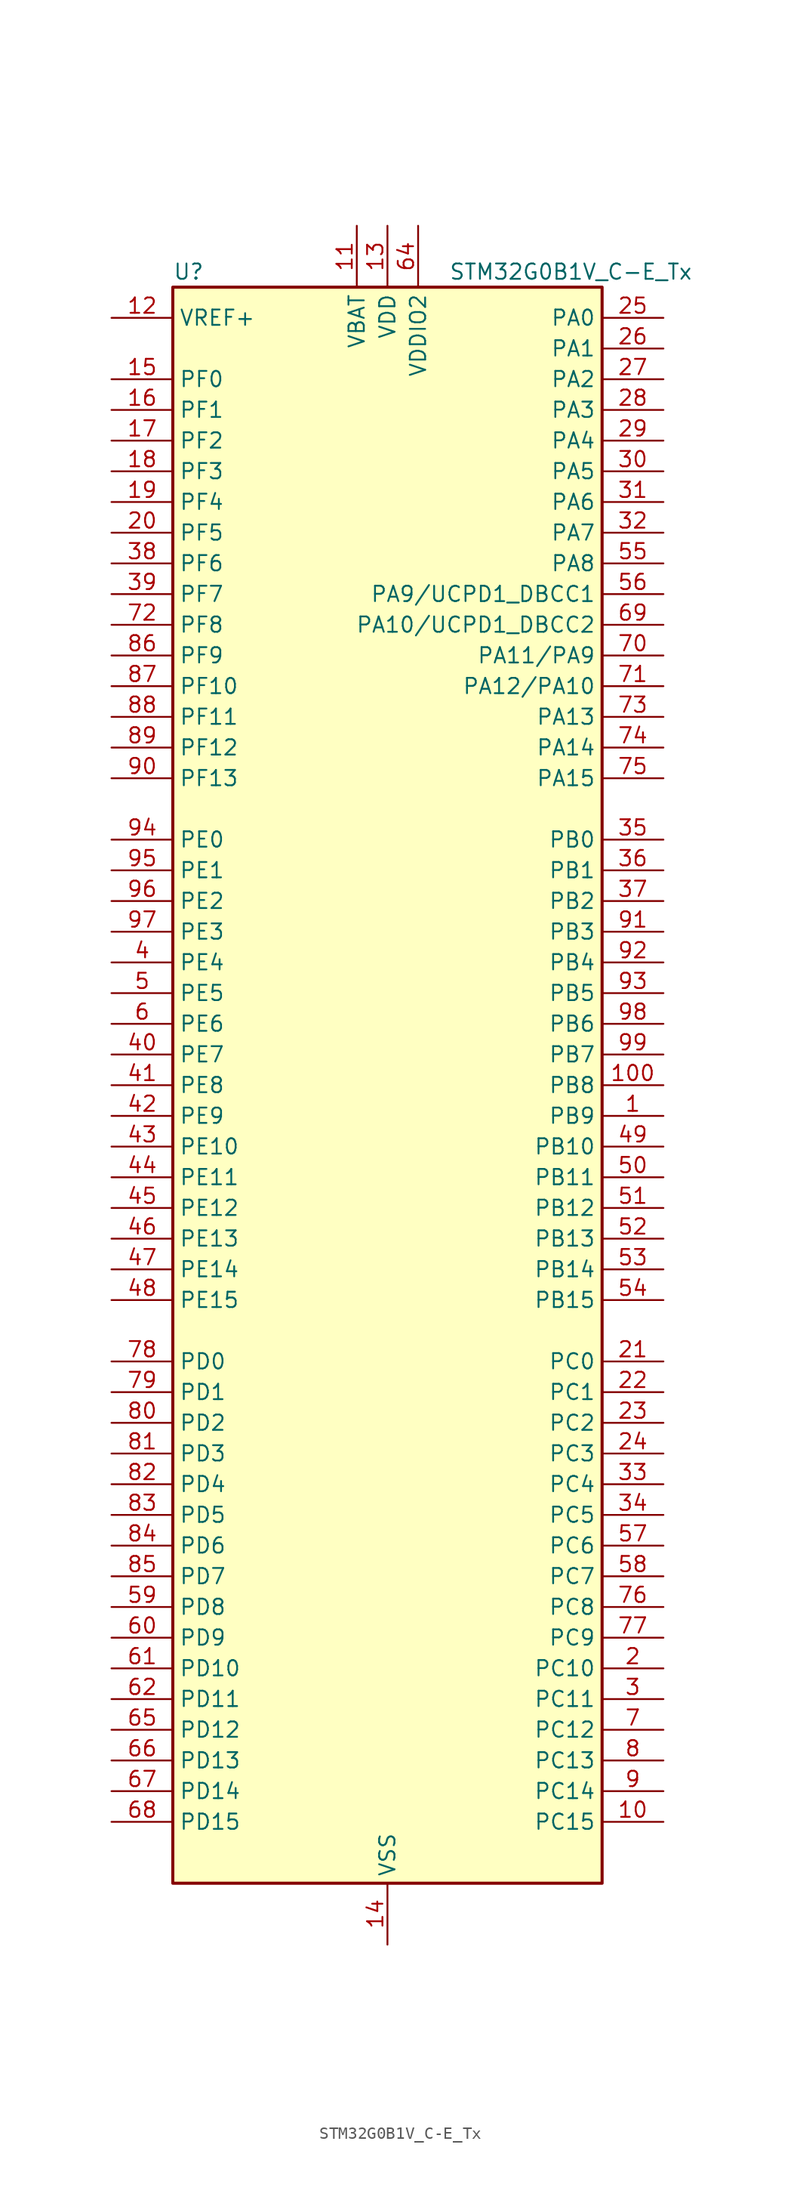
<source format=kicad_sym>
(kicad_symbol_lib
  (version 20211014)
  (generator kicad-library-utils)
  (symbol "STM32G0B1V_C-E_Tx"
    (property "Reference" "U"
      (at -17.78 67.31 0)
      (effects (font (size 1.27 1.27)) (justify left)))
    (property "Value" "STM32G0B1V_C-E_Tx"
      (at 5.08 67.31 0)
      (effects (font (size 1.27 1.27)) (justify left)))
    (property "ki_fp_filters" "LQFP*14x14mm*P0.5mm*"
      (at 0.0 0.0 0.0)
      (effects (font (size 1.27 1.27))))
    (symbol "STM32G0B1V_C-E_Tx_0_1"
      (rectangle (start -17.78 -66.04) (end 17.78 66.04) (stroke (width 0.254)) (fill (type background))))
    (symbol "STM32G0B1V_C-E_Tx_1_1"
      (pin input line (at -22.86 63.5 0) (length 5.08) (name "VREF+" (effects (font (size 1.27 1.27)))) (number "12" (effects (font (size 1.27 1.27)))) (alternate "VREFBUF_OUT" bidirectional line))
      (pin bidirectional line (at -22.86 58.42 0) (length 5.08) (name "PF0" (effects (font (size 1.27 1.27)))) (number "15" (effects (font (size 1.27 1.27)))) (alternate "CRS1_SYNC" bidirectional line) (alternate "RCC_OSC_IN" bidirectional line) (alternate "TIM14_CH1" bidirectional line))
      (pin bidirectional line (at -22.86 55.88 0) (length 5.08) (name "PF1" (effects (font (size 1.27 1.27)))) (number "16" (effects (font (size 1.27 1.27)))) (alternate "RCC_OSC_EN" bidirectional line) (alternate "RCC_OSC_OUT" bidirectional line) (alternate "TIM15_CH1N" bidirectional line))
      (pin bidirectional line (at -22.86 53.34 0) (length 5.08) (name "PF2" (effects (font (size 1.27 1.27)))) (number "17" (effects (font (size 1.27 1.27)))) (alternate "LPUART2_DE" bidirectional line) (alternate "LPUART2_RTS" bidirectional line) (alternate "LPUART2_TX" bidirectional line) (alternate "RCC_MCO" bidirectional line))
      (pin bidirectional line (at -22.86 50.8 0) (length 5.08) (name "PF3" (effects (font (size 1.27 1.27)))) (number "18" (effects (font (size 1.27 1.27)))) (alternate "LPUART2_RX" bidirectional line) (alternate "USART6_CK" bidirectional line) (alternate "USART6_DE" bidirectional line) (alternate "USART6_RTS" bidirectional line))
      (pin bidirectional line (at -22.86 48.26 0) (length 5.08) (name "PF4" (effects (font (size 1.27 1.27)))) (number "19" (effects (font (size 1.27 1.27)))) (alternate "LPUART1_TX" bidirectional line))
      (pin bidirectional line (at -22.86 45.72 0) (length 5.08) (name "PF5" (effects (font (size 1.27 1.27)))) (number "20" (effects (font (size 1.27 1.27)))) (alternate "LPUART1_RX" bidirectional line))
      (pin bidirectional line (at -22.86 43.18 0) (length 5.08) (name "PF6" (effects (font (size 1.27 1.27)))) (number "38" (effects (font (size 1.27 1.27)))) (alternate "LPUART1_DE" bidirectional line) (alternate "LPUART1_RTS" bidirectional line))
      (pin bidirectional line (at -22.86 40.64 0) (length 5.08) (name "PF7" (effects (font (size 1.27 1.27)))) (number "39" (effects (font (size 1.27 1.27)))) (alternate "LPUART1_CTS" bidirectional line) (alternate "USART5_CTS" bidirectional line) (alternate "USART5_NSS" bidirectional line))
      (pin bidirectional line (at -22.86 38.1 0) (length 5.08) (name "PF8" (effects (font (size 1.27 1.27)))) (number "72" (effects (font (size 1.27 1.27)))))
      (pin bidirectional line (at -22.86 35.56 0) (length 5.08) (name "PF9" (effects (font (size 1.27 1.27)))) (number "86" (effects (font (size 1.27 1.27)))) (alternate "DAC1_EXTI9" bidirectional line) (alternate "USART6_TX" bidirectional line))
      (pin bidirectional line (at -22.86 33.02 0) (length 5.08) (name "PF10" (effects (font (size 1.27 1.27)))) (number "87" (effects (font (size 1.27 1.27)))) (alternate "USART6_RX" bidirectional line))
      (pin bidirectional line (at -22.86 30.48 0) (length 5.08) (name "PF11" (effects (font (size 1.27 1.27)))) (number "88" (effects (font (size 1.27 1.27)))) (alternate "ADC1_EXTI11" bidirectional line) (alternate "USART6_CK" bidirectional line) (alternate "USART6_DE" bidirectional line) (alternate "USART6_RTS" bidirectional line))
      (pin bidirectional line (at -22.86 27.94 0) (length 5.08) (name "PF12" (effects (font (size 1.27 1.27)))) (number "89" (effects (font (size 1.27 1.27)))) (alternate "TIM15_CH1" bidirectional line) (alternate "USART6_CTS" bidirectional line) (alternate "USART6_NSS" bidirectional line))
      (pin bidirectional line (at -22.86 25.4 0) (length 5.08) (name "PF13" (effects (font (size 1.27 1.27)))) (number "90" (effects (font (size 1.27 1.27)))) (alternate "TIM15_CH2" bidirectional line))
      (pin bidirectional line (at -22.86 20.32 0) (length 5.08) (name "PE0" (effects (font (size 1.27 1.27)))) (number "94" (effects (font (size 1.27 1.27)))) (alternate "TIM16_CH1" bidirectional line) (alternate "TIM4_ETR" bidirectional line))
      (pin bidirectional line (at -22.86 17.78 0) (length 5.08) (name "PE1" (effects (font (size 1.27 1.27)))) (number "95" (effects (font (size 1.27 1.27)))) (alternate "TIM17_CH1" bidirectional line))
      (pin bidirectional line (at -22.86 15.24 0) (length 5.08) (name "PE2" (effects (font (size 1.27 1.27)))) (number "96" (effects (font (size 1.27 1.27)))) (alternate "TIM3_ETR" bidirectional line))
      (pin bidirectional line (at -22.86 12.7 0) (length 5.08) (name "PE3" (effects (font (size 1.27 1.27)))) (number "97" (effects (font (size 1.27 1.27)))) (alternate "TIM3_CH1" bidirectional line))
      (pin bidirectional line (at -22.86 10.16 0) (length 5.08) (name "PE4" (effects (font (size 1.27 1.27)))) (number "4" (effects (font (size 1.27 1.27)))) (alternate "TIM3_CH2" bidirectional line))
      (pin bidirectional line (at -22.86 7.62 0) (length 5.08) (name "PE5" (effects (font (size 1.27 1.27)))) (number "5" (effects (font (size 1.27 1.27)))) (alternate "TIM3_CH3" bidirectional line))
      (pin bidirectional line (at -22.86 5.08 0) (length 5.08) (name "PE6" (effects (font (size 1.27 1.27)))) (number "6" (effects (font (size 1.27 1.27)))) (alternate "RTC_TAMP_IN3" bidirectional line) (alternate "SYS_WKUP3" bidirectional line) (alternate "TIM3_CH4" bidirectional line))
      (pin bidirectional line (at -22.86 2.54 0) (length 5.08) (name "PE7" (effects (font (size 1.27 1.27)))) (number "40" (effects (font (size 1.27 1.27)))) (alternate "COMP3_INP" bidirectional line) (alternate "TIM1_ETR" bidirectional line) (alternate "USART5_CK" bidirectional line) (alternate "USART5_DE" bidirectional line) (alternate "USART5_RTS" bidirectional line))
      (pin bidirectional line (at -22.86 0.0 0) (length 5.08) (name "PE8" (effects (font (size 1.27 1.27)))) (number "41" (effects (font (size 1.27 1.27)))) (alternate "COMP3_INM" bidirectional line) (alternate "TIM1_CH1N" bidirectional line) (alternate "USART4_TX" bidirectional line))
      (pin bidirectional line (at -22.86 -2.54 0) (length 5.08) (name "PE9" (effects (font (size 1.27 1.27)))) (number "42" (effects (font (size 1.27 1.27)))) (alternate "DAC1_EXTI9" bidirectional line) (alternate "TIM1_CH1" bidirectional line) (alternate "USART4_RX" bidirectional line))
      (pin bidirectional line (at -22.86 -5.08 0) (length 5.08) (name "PE10" (effects (font (size 1.27 1.27)))) (number "43" (effects (font (size 1.27 1.27)))) (alternate "TIM1_CH2N" bidirectional line) (alternate "USART5_TX" bidirectional line))
      (pin bidirectional line (at -22.86 -7.62 0) (length 5.08) (name "PE11" (effects (font (size 1.27 1.27)))) (number "44" (effects (font (size 1.27 1.27)))) (alternate "ADC1_EXTI11" bidirectional line) (alternate "TIM1_CH2" bidirectional line) (alternate "USART5_RX" bidirectional line))
      (pin bidirectional line (at -22.86 -10.16 0) (length 5.08) (name "PE12" (effects (font (size 1.27 1.27)))) (number "45" (effects (font (size 1.27 1.27)))) (alternate "I2S1_WS" bidirectional line) (alternate "SPI1_NSS" bidirectional line) (alternate "TIM1_CH3N" bidirectional line))
      (pin bidirectional line (at -22.86 -12.7 0) (length 5.08) (name "PE13" (effects (font (size 1.27 1.27)))) (number "46" (effects (font (size 1.27 1.27)))) (alternate "I2S1_CK" bidirectional line) (alternate "SPI1_SCK" bidirectional line) (alternate "TIM1_CH3" bidirectional line))
      (pin bidirectional line (at -22.86 -15.24 0) (length 5.08) (name "PE14" (effects (font (size 1.27 1.27)))) (number "47" (effects (font (size 1.27 1.27)))) (alternate "I2S1_MCK" bidirectional line) (alternate "SPI1_MISO" bidirectional line) (alternate "TIM1_BK2" bidirectional line) (alternate "TIM1_CH4" bidirectional line))
      (pin bidirectional line (at -22.86 -17.78 0) (length 5.08) (name "PE15" (effects (font (size 1.27 1.27)))) (number "48" (effects (font (size 1.27 1.27)))) (alternate "I2S1_SD" bidirectional line) (alternate "SPI1_MOSI" bidirectional line) (alternate "TIM1_BK" bidirectional line))
      (pin bidirectional line (at -22.86 -22.86 0) (length 5.08) (name "PD0" (effects (font (size 1.27 1.27)))) (number "78" (effects (font (size 1.27 1.27)))) (alternate "FDCAN1_RX" bidirectional line) (alternate "I2S2_WS" bidirectional line) (alternate "SPI2_NSS" bidirectional line) (alternate "TIM16_CH1" bidirectional line) (alternate "UCPD2_CC1" bidirectional line))
      (pin bidirectional line (at -22.86 -25.4 0) (length 5.08) (name "PD1" (effects (font (size 1.27 1.27)))) (number "79" (effects (font (size 1.27 1.27)))) (alternate "FDCAN1_TX" bidirectional line) (alternate "I2S2_CK" bidirectional line) (alternate "SPI2_SCK" bidirectional line) (alternate "TIM17_CH1" bidirectional line) (alternate "UCPD2_DBCC1" bidirectional line))
      (pin bidirectional line (at -22.86 -27.94 0) (length 5.08) (name "PD2" (effects (font (size 1.27 1.27)))) (number "80" (effects (font (size 1.27 1.27)))) (alternate "TIM1_CH1N" bidirectional line) (alternate "TIM3_ETR" bidirectional line) (alternate "UCPD2_CC2" bidirectional line) (alternate "USART3_CK" bidirectional line) (alternate "USART3_DE" bidirectional line) (alternate "USART3_RTS" bidirectional line) (alternate "USART5_RX" bidirectional line))
      (pin bidirectional line (at -22.86 -30.48 0) (length 5.08) (name "PD3" (effects (font (size 1.27 1.27)))) (number "81" (effects (font (size 1.27 1.27)))) (alternate "I2S2_MCK" bidirectional line) (alternate "SPI2_MISO" bidirectional line) (alternate "TIM1_CH2N" bidirectional line) (alternate "UCPD2_DBCC2" bidirectional line) (alternate "USART2_CTS" bidirectional line) (alternate "USART2_NSS" bidirectional line) (alternate "USART5_TX" bidirectional line))
      (pin bidirectional line (at -22.86 -33.02 0) (length 5.08) (name "PD4" (effects (font (size 1.27 1.27)))) (number "82" (effects (font (size 1.27 1.27)))) (alternate "I2S2_SD" bidirectional line) (alternate "SPI2_MOSI" bidirectional line) (alternate "TIM1_CH3N" bidirectional line) (alternate "USART2_CK" bidirectional line) (alternate "USART2_DE" bidirectional line) (alternate "USART2_RTS" bidirectional line) (alternate "USART5_CK" bidirectional line) (alternate "USART5_DE" bidirectional line) (alternate "USART5_RTS" bidirectional line))
      (pin bidirectional line (at -22.86 -35.56 0) (length 5.08) (name "PD5" (effects (font (size 1.27 1.27)))) (number "83" (effects (font (size 1.27 1.27)))) (alternate "I2S1_MCK" bidirectional line) (alternate "SPI1_MISO" bidirectional line) (alternate "TIM1_BK" bidirectional line) (alternate "USART2_TX" bidirectional line) (alternate "USART5_CTS" bidirectional line) (alternate "USART5_NSS" bidirectional line))
      (pin bidirectional line (at -22.86 -38.1 0) (length 5.08) (name "PD6" (effects (font (size 1.27 1.27)))) (number "84" (effects (font (size 1.27 1.27)))) (alternate "I2S1_SD" bidirectional line) (alternate "LPTIM2_OUT" bidirectional line) (alternate "SPI1_MOSI" bidirectional line) (alternate "USART2_RX" bidirectional line))
      (pin bidirectional line (at -22.86 -40.64 0) (length 5.08) (name "PD7" (effects (font (size 1.27 1.27)))) (number "85" (effects (font (size 1.27 1.27)))) (alternate "RCC_MCO_2" bidirectional line))
      (pin bidirectional line (at -22.86 -43.18 0) (length 5.08) (name "PD8" (effects (font (size 1.27 1.27)))) (number "59" (effects (font (size 1.27 1.27)))) (alternate "I2S1_CK" bidirectional line) (alternate "LPTIM1_OUT" bidirectional line) (alternate "SPI1_SCK" bidirectional line) (alternate "USART3_TX" bidirectional line))
      (pin bidirectional line (at -22.86 -45.72 0) (length 5.08) (name "PD9" (effects (font (size 1.27 1.27)))) (number "60" (effects (font (size 1.27 1.27)))) (alternate "DAC1_EXTI9" bidirectional line) (alternate "I2S1_WS" bidirectional line) (alternate "SPI1_NSS" bidirectional line) (alternate "TIM1_BK2" bidirectional line) (alternate "USART3_RX" bidirectional line))
      (pin bidirectional line (at -22.86 -48.26 0) (length 5.08) (name "PD10" (effects (font (size 1.27 1.27)))) (number "61" (effects (font (size 1.27 1.27)))) (alternate "RCC_MCO" bidirectional line))
      (pin bidirectional line (at -22.86 -50.8 0) (length 5.08) (name "PD11" (effects (font (size 1.27 1.27)))) (number "62" (effects (font (size 1.27 1.27)))) (alternate "ADC1_EXTI11" bidirectional line) (alternate "LPTIM2_ETR" bidirectional line) (alternate "USART3_CTS" bidirectional line) (alternate "USART3_NSS" bidirectional line))
      (pin bidirectional line (at -22.86 -53.34 0) (length 5.08) (name "PD12" (effects (font (size 1.27 1.27)))) (number "65" (effects (font (size 1.27 1.27)))) (alternate "FDCAN1_RX" bidirectional line) (alternate "LPTIM2_IN1" bidirectional line) (alternate "TIM4_CH1" bidirectional line) (alternate "USART3_CK" bidirectional line) (alternate "USART3_DE" bidirectional line) (alternate "USART3_RTS" bidirectional line))
      (pin bidirectional line (at -22.86 -55.88 0) (length 5.08) (name "PD13" (effects (font (size 1.27 1.27)))) (number "66" (effects (font (size 1.27 1.27)))) (alternate "FDCAN1_TX" bidirectional line) (alternate "LPTIM2_OUT" bidirectional line) (alternate "TIM4_CH2" bidirectional line))
      (pin bidirectional line (at -22.86 -58.42 0) (length 5.08) (name "PD14" (effects (font (size 1.27 1.27)))) (number "67" (effects (font (size 1.27 1.27)))) (alternate "FDCAN2_RX" bidirectional line) (alternate "LPUART2_CTS" bidirectional line) (alternate "TIM4_CH3" bidirectional line))
      (pin bidirectional line (at -22.86 -60.96 0) (length 5.08) (name "PD15" (effects (font (size 1.27 1.27)))) (number "68" (effects (font (size 1.27 1.27)))) (alternate "CRS1_SYNC" bidirectional line) (alternate "FDCAN2_TX" bidirectional line) (alternate "LPUART2_DE" bidirectional line) (alternate "LPUART2_RTS" bidirectional line) (alternate "TIM4_CH4" bidirectional line))
      (pin bidirectional line (at 22.86 63.5 180) (length 5.08) (name "PA0" (effects (font (size 1.27 1.27)))) (number "25" (effects (font (size 1.27 1.27)))) (alternate "ADC1_IN0" bidirectional line) (alternate "COMP1_INM" bidirectional line) (alternate "COMP1_OUT" bidirectional line) (alternate "I2S2_CK" bidirectional line) (alternate "LPTIM1_OUT" bidirectional line) (alternate "RTC_TAMP_IN2" bidirectional line) (alternate "SPI2_SCK" bidirectional line) (alternate "SYS_WKUP1" bidirectional line) (alternate "TIM2_CH1" bidirectional line) (alternate "TIM2_ETR" bidirectional line) (alternate "UCPD2_FRSTX1" bidirectional line) (alternate "UCPD2_FRSTX2" bidirectional line) (alternate "USART2_CTS" bidirectional line) (alternate "USART2_NSS" bidirectional line) (alternate "USART4_TX" bidirectional line))
      (pin bidirectional line (at 22.86 60.96 180) (length 5.08) (name "PA1" (effects (font (size 1.27 1.27)))) (number "26" (effects (font (size 1.27 1.27)))) (alternate "ADC1_IN1" bidirectional line) (alternate "COMP1_INP" bidirectional line) (alternate "I2C1_SMBA" bidirectional line) (alternate "I2S1_CK" bidirectional line) (alternate "SPI1_SCK" bidirectional line) (alternate "TIM15_CH1N" bidirectional line) (alternate "TIM2_CH2" bidirectional line) (alternate "USART2_CK" bidirectional line) (alternate "USART2_DE" bidirectional line) (alternate "USART2_RTS" bidirectional line) (alternate "USART4_RX" bidirectional line))
      (pin bidirectional line (at 22.86 58.42 180) (length 5.08) (name "PA2" (effects (font (size 1.27 1.27)))) (number "27" (effects (font (size 1.27 1.27)))) (alternate "ADC1_IN2" bidirectional line) (alternate "COMP2_INM" bidirectional line) (alternate "COMP2_OUT" bidirectional line) (alternate "I2S1_SD" bidirectional line) (alternate "LPUART1_TX" bidirectional line) (alternate "RCC_LSCO" bidirectional line) (alternate "SPI1_MOSI" bidirectional line) (alternate "SYS_WKUP4" bidirectional line) (alternate "TIM15_CH1" bidirectional line) (alternate "TIM2_CH3" bidirectional line) (alternate "UCPD1_FRSTX1" bidirectional line) (alternate "UCPD1_FRSTX2" bidirectional line) (alternate "USART2_TX" bidirectional line))
      (pin bidirectional line (at 22.86 55.88 180) (length 5.08) (name "PA3" (effects (font (size 1.27 1.27)))) (number "28" (effects (font (size 1.27 1.27)))) (alternate "ADC1_IN3" bidirectional line) (alternate "COMP2_INP" bidirectional line) (alternate "I2S2_MCK" bidirectional line) (alternate "LPUART1_RX" bidirectional line) (alternate "SPI2_MISO" bidirectional line) (alternate "TIM15_CH2" bidirectional line) (alternate "TIM2_CH4" bidirectional line) (alternate "UCPD2_FRSTX1" bidirectional line) (alternate "UCPD2_FRSTX2" bidirectional line) (alternate "USART2_RX" bidirectional line))
      (pin bidirectional line (at 22.86 53.34 180) (length 5.08) (name "PA4" (effects (font (size 1.27 1.27)))) (number "29" (effects (font (size 1.27 1.27)))) (alternate "ADC1_IN4" bidirectional line) (alternate "DAC1_OUT1" bidirectional line) (alternate "I2S1_WS" bidirectional line) (alternate "I2S2_SD" bidirectional line) (alternate "LPTIM2_OUT" bidirectional line) (alternate "RTC_OUT2" bidirectional line) (alternate "SPI1_NSS" bidirectional line) (alternate "SPI2_MOSI" bidirectional line) (alternate "SPI3_NSS" bidirectional line) (alternate "TIM14_CH1" bidirectional line) (alternate "UCPD2_FRSTX1" bidirectional line) (alternate "UCPD2_FRSTX2" bidirectional line) (alternate "USART6_TX" bidirectional line) (alternate "USB_NOE" bidirectional line))
      (pin bidirectional line (at 22.86 50.8 180) (length 5.08) (name "PA5" (effects (font (size 1.27 1.27)))) (number "30" (effects (font (size 1.27 1.27)))) (alternate "ADC1_IN5" bidirectional line) (alternate "CEC" bidirectional line) (alternate "DAC1_OUT2" bidirectional line) (alternate "I2S1_CK" bidirectional line) (alternate "LPTIM2_ETR" bidirectional line) (alternate "SPI1_SCK" bidirectional line) (alternate "TIM2_CH1" bidirectional line) (alternate "TIM2_ETR" bidirectional line) (alternate "UCPD1_FRSTX1" bidirectional line) (alternate "UCPD1_FRSTX2" bidirectional line) (alternate "USART3_TX" bidirectional line) (alternate "USART6_RX" bidirectional line))
      (pin bidirectional line (at 22.86 48.26 180) (length 5.08) (name "PA6" (effects (font (size 1.27 1.27)))) (number "31" (effects (font (size 1.27 1.27)))) (alternate "ADC1_IN6" bidirectional line) (alternate "COMP1_OUT" bidirectional line) (alternate "I2C2_SDA" bidirectional line) (alternate "I2C3_SDA" bidirectional line) (alternate "I2S1_MCK" bidirectional line) (alternate "LPUART1_CTS" bidirectional line) (alternate "SPI1_MISO" bidirectional line) (alternate "TIM16_CH1" bidirectional line) (alternate "TIM1_BK" bidirectional line) (alternate "TIM3_CH1" bidirectional line) (alternate "USART3_CTS" bidirectional line) (alternate "USART3_NSS" bidirectional line) (alternate "USART6_CTS" bidirectional line) (alternate "USART6_NSS" bidirectional line))
      (pin bidirectional line (at 22.86 45.72 180) (length 5.08) (name "PA7" (effects (font (size 1.27 1.27)))) (number "32" (effects (font (size 1.27 1.27)))) (alternate "ADC1_IN7" bidirectional line) (alternate "COMP2_OUT" bidirectional line) (alternate "I2C2_SCL" bidirectional line) (alternate "I2C3_SCL" bidirectional line) (alternate "I2S1_SD" bidirectional line) (alternate "SPI1_MOSI" bidirectional line) (alternate "TIM14_CH1" bidirectional line) (alternate "TIM17_CH1" bidirectional line) (alternate "TIM1_CH1N" bidirectional line) (alternate "TIM3_CH2" bidirectional line) (alternate "UCPD1_FRSTX1" bidirectional line) (alternate "UCPD1_FRSTX2" bidirectional line) (alternate "USART6_CK" bidirectional line) (alternate "USART6_DE" bidirectional line) (alternate "USART6_RTS" bidirectional line))
      (pin bidirectional line (at 22.86 43.18 180) (length 5.08) (name "PA8" (effects (font (size 1.27 1.27)))) (number "55" (effects (font (size 1.27 1.27)))) (alternate "CRS1_SYNC" bidirectional line) (alternate "I2C2_SMBA" bidirectional line) (alternate "I2S2_WS" bidirectional line) (alternate "LPTIM2_OUT" bidirectional line) (alternate "RCC_MCO" bidirectional line) (alternate "SPI2_NSS" bidirectional line) (alternate "TIM1_CH1" bidirectional line) (alternate "UCPD1_CC1" bidirectional line))
      (pin bidirectional line (at 22.86 40.64 180) (length 5.08) (name "PA9/UCPD1_DBCC1" (effects (font (size 1.27 1.27)))) (number "56" (effects (font (size 1.27 1.27)))) (alternate "DAC1_EXTI9" bidirectional line) (alternate "I2C1_SCL" bidirectional line) (alternate "I2C2_SCL" bidirectional line) (alternate "I2S2_MCK" bidirectional line) (alternate "RCC_MCO" bidirectional line) (alternate "SPI2_MISO" bidirectional line) (alternate "TIM15_BK" bidirectional line) (alternate "TIM1_CH2" bidirectional line) (alternate "UCPD1_DBCC1" bidirectional line) (alternate "USART1_TX" bidirectional line))
      (pin bidirectional line (at 22.86 38.1 180) (length 5.08) (name "PA10/UCPD1_DBCC2" (effects (font (size 1.27 1.27)))) (number "69" (effects (font (size 1.27 1.27)))) (alternate "I2C1_SDA" bidirectional line) (alternate "I2C2_SDA" bidirectional line) (alternate "I2S2_SD" bidirectional line) (alternate "RCC_MCO_2" bidirectional line) (alternate "SPI2_MOSI" bidirectional line) (alternate "TIM17_BK" bidirectional line) (alternate "TIM1_CH3" bidirectional line) (alternate "UCPD1_DBCC2" bidirectional line) (alternate "USART1_RX" bidirectional line))
      (pin bidirectional line (at 22.86 35.56 180) (length 5.08) (name "PA11/PA9" (effects (font (size 1.27 1.27)))) (number "70" (effects (font (size 1.27 1.27)))) (alternate "ADC1_EXTI11" bidirectional line) (alternate "COMP1_OUT" bidirectional line) (alternate "FDCAN1_RX" bidirectional line) (alternate "I2C2_SCL" bidirectional line) (alternate "I2S1_MCK" bidirectional line) (alternate "SPI1_MISO" bidirectional line) (alternate "TIM1_BK2" bidirectional line) (alternate "TIM1_CH4" bidirectional line) (alternate "USART1_CTS" bidirectional line) (alternate "USART1_NSS" bidirectional line) (alternate "USB_DM" bidirectional line))
      (pin bidirectional line (at 22.86 33.02 180) (length 5.08) (name "PA12/PA10" (effects (font (size 1.27 1.27)))) (number "71" (effects (font (size 1.27 1.27)))) (alternate "COMP2_OUT" bidirectional line) (alternate "FDCAN1_TX" bidirectional line) (alternate "I2C2_SDA" bidirectional line) (alternate "I2S1_SD" bidirectional line) (alternate "I2S_CKIN" bidirectional line) (alternate "SPI1_MOSI" bidirectional line) (alternate "TIM1_ETR" bidirectional line) (alternate "USART1_CK" bidirectional line) (alternate "USART1_DE" bidirectional line) (alternate "USART1_RTS" bidirectional line) (alternate "USB_DP" bidirectional line))
      (pin bidirectional line (at 22.86 30.48 180) (length 5.08) (name "PA13" (effects (font (size 1.27 1.27)))) (number "73" (effects (font (size 1.27 1.27)))) (alternate "IR_OUT" bidirectional line) (alternate "LPUART2_RX" bidirectional line) (alternate "SYS_SWDIO" bidirectional line) (alternate "USB_NOE" bidirectional line))
      (pin bidirectional line (at 22.86 27.94 180) (length 5.08) (name "PA14" (effects (font (size 1.27 1.27)))) (number "74" (effects (font (size 1.27 1.27)))) (alternate "LPUART2_TX" bidirectional line) (alternate "SYS_SWCLK" bidirectional line) (alternate "USART2_TX" bidirectional line))
      (pin bidirectional line (at 22.86 25.4 180) (length 5.08) (name "PA15" (effects (font (size 1.27 1.27)))) (number "75" (effects (font (size 1.27 1.27)))) (alternate "I2C2_SMBA" bidirectional line) (alternate "I2S1_WS" bidirectional line) (alternate "RCC_MCO_2" bidirectional line) (alternate "SPI1_NSS" bidirectional line) (alternate "SPI3_NSS" bidirectional line) (alternate "TIM2_CH1" bidirectional line) (alternate "TIM2_ETR" bidirectional line) (alternate "USART2_RX" bidirectional line) (alternate "USART3_CK" bidirectional line) (alternate "USART3_DE" bidirectional line) (alternate "USART3_RTS" bidirectional line) (alternate "USART4_CK" bidirectional line) (alternate "USART4_DE" bidirectional line) (alternate "USART4_RTS" bidirectional line) (alternate "USB_NOE" bidirectional line))
      (pin bidirectional line (at 22.86 20.32 180) (length 5.08) (name "PB0" (effects (font (size 1.27 1.27)))) (number "35" (effects (font (size 1.27 1.27)))) (alternate "ADC1_IN8" bidirectional line) (alternate "COMP1_OUT" bidirectional line) (alternate "COMP3_INP" bidirectional line) (alternate "FDCAN2_RX" bidirectional line) (alternate "I2S1_WS" bidirectional line) (alternate "LPTIM1_OUT" bidirectional line) (alternate "LPUART2_CTS" bidirectional line) (alternate "SPI1_NSS" bidirectional line) (alternate "TIM1_CH2N" bidirectional line) (alternate "TIM3_CH3" bidirectional line) (alternate "UCPD1_FRSTX1" bidirectional line) (alternate "UCPD1_FRSTX2" bidirectional line) (alternate "USART3_RX" bidirectional line) (alternate "USART5_TX" bidirectional line))
      (pin bidirectional line (at 22.86 17.78 180) (length 5.08) (name "PB1" (effects (font (size 1.27 1.27)))) (number "36" (effects (font (size 1.27 1.27)))) (alternate "ADC1_IN9" bidirectional line) (alternate "COMP1_INM" bidirectional line) (alternate "COMP3_OUT" bidirectional line) (alternate "FDCAN2_TX" bidirectional line) (alternate "LPTIM2_IN1" bidirectional line) (alternate "LPUART1_DE" bidirectional line) (alternate "LPUART1_RTS" bidirectional line) (alternate "LPUART2_DE" bidirectional line) (alternate "LPUART2_RTS" bidirectional line) (alternate "TIM14_CH1" bidirectional line) (alternate "TIM1_CH3N" bidirectional line) (alternate "TIM3_CH4" bidirectional line) (alternate "USART3_CK" bidirectional line) (alternate "USART3_DE" bidirectional line) (alternate "USART3_RTS" bidirectional line) (alternate "USART5_RX" bidirectional line))
      (pin bidirectional line (at 22.86 15.24 180) (length 5.08) (name "PB2" (effects (font (size 1.27 1.27)))) (number "37" (effects (font (size 1.27 1.27)))) (alternate "ADC1_IN10" bidirectional line) (alternate "COMP1_INP" bidirectional line) (alternate "COMP3_INM" bidirectional line) (alternate "I2S2_MCK" bidirectional line) (alternate "LPTIM1_OUT" bidirectional line) (alternate "RCC_MCO_2" bidirectional line) (alternate "SPI2_MISO" bidirectional line) (alternate "USART3_TX" bidirectional line))
      (pin bidirectional line (at 22.86 12.7 180) (length 5.08) (name "PB3" (effects (font (size 1.27 1.27)))) (number "91" (effects (font (size 1.27 1.27)))) (alternate "COMP2_INM" bidirectional line) (alternate "I2C2_SCL" bidirectional line) (alternate "I2C3_SCL" bidirectional line) (alternate "I2S1_CK" bidirectional line) (alternate "SPI1_SCK" bidirectional line) (alternate "SPI3_SCK" bidirectional line) (alternate "TIM1_CH2" bidirectional line) (alternate "TIM2_CH2" bidirectional line) (alternate "USART1_CK" bidirectional line) (alternate "USART1_DE" bidirectional line) (alternate "USART1_RTS" bidirectional line) (alternate "USART5_TX" bidirectional line))
      (pin bidirectional line (at 22.86 10.16 180) (length 5.08) (name "PB4" (effects (font (size 1.27 1.27)))) (number "92" (effects (font (size 1.27 1.27)))) (alternate "COMP2_INP" bidirectional line) (alternate "I2C2_SDA" bidirectional line) (alternate "I2C3_SDA" bidirectional line) (alternate "I2S1_MCK" bidirectional line) (alternate "SPI1_MISO" bidirectional line) (alternate "SPI3_MISO" bidirectional line) (alternate "TIM17_BK" bidirectional line) (alternate "TIM3_CH1" bidirectional line) (alternate "USART1_CTS" bidirectional line) (alternate "USART1_NSS" bidirectional line) (alternate "USART5_RX" bidirectional line))
      (pin bidirectional line (at 22.86 7.62 180) (length 5.08) (name "PB5" (effects (font (size 1.27 1.27)))) (number "93" (effects (font (size 1.27 1.27)))) (alternate "COMP2_OUT" bidirectional line) (alternate "FDCAN2_RX" bidirectional line) (alternate "I2C1_SMBA" bidirectional line) (alternate "I2S1_SD" bidirectional line) (alternate "LPTIM1_IN1" bidirectional line) (alternate "SPI1_MOSI" bidirectional line) (alternate "SPI3_MOSI" bidirectional line) (alternate "SYS_WKUP6" bidirectional line) (alternate "TIM16_BK" bidirectional line) (alternate "TIM3_CH2" bidirectional line) (alternate "USART5_CK" bidirectional line) (alternate "USART5_DE" bidirectional line) (alternate "USART5_RTS" bidirectional line))
      (pin bidirectional line (at 22.86 5.08 180) (length 5.08) (name "PB6" (effects (font (size 1.27 1.27)))) (number "98" (effects (font (size 1.27 1.27)))) (alternate "COMP2_INP" bidirectional line) (alternate "FDCAN2_TX" bidirectional line) (alternate "I2C1_SCL" bidirectional line) (alternate "I2S2_MCK" bidirectional line) (alternate "LPTIM1_ETR" bidirectional line) (alternate "LPUART2_TX" bidirectional line) (alternate "SPI2_MISO" bidirectional line) (alternate "TIM16_CH1N" bidirectional line) (alternate "TIM1_CH3" bidirectional line) (alternate "TIM4_CH1" bidirectional line) (alternate "USART1_TX" bidirectional line) (alternate "USART5_CTS" bidirectional line) (alternate "USART5_NSS" bidirectional line))
      (pin bidirectional line (at 22.86 2.54 180) (length 5.08) (name "PB7" (effects (font (size 1.27 1.27)))) (number "99" (effects (font (size 1.27 1.27)))) (alternate "COMP2_INM" bidirectional line) (alternate "I2C1_SDA" bidirectional line) (alternate "I2S2_SD" bidirectional line) (alternate "LPTIM1_IN2" bidirectional line) (alternate "LPUART2_RX" bidirectional line) (alternate "SPI2_MOSI" bidirectional line) (alternate "SYS_PVD_IN" bidirectional line) (alternate "TIM17_CH1N" bidirectional line) (alternate "TIM4_CH2" bidirectional line) (alternate "USART1_RX" bidirectional line) (alternate "USART4_CTS" bidirectional line) (alternate "USART4_NSS" bidirectional line))
      (pin bidirectional line (at 22.86 0.0 180) (length 5.08) (name "PB8" (effects (font (size 1.27 1.27)))) (number "100" (effects (font (size 1.27 1.27)))) (alternate "CEC" bidirectional line) (alternate "FDCAN1_RX" bidirectional line) (alternate "I2C1_SCL" bidirectional line) (alternate "I2S2_CK" bidirectional line) (alternate "SPI2_SCK" bidirectional line) (alternate "TIM15_BK" bidirectional line) (alternate "TIM16_CH1" bidirectional line) (alternate "TIM4_CH3" bidirectional line) (alternate "USART3_TX" bidirectional line) (alternate "USART6_TX" bidirectional line))
      (pin bidirectional line (at 22.86 -2.54 180) (length 5.08) (name "PB9" (effects (font (size 1.27 1.27)))) (number "1" (effects (font (size 1.27 1.27)))) (alternate "DAC1_EXTI9" bidirectional line) (alternate "FDCAN1_TX" bidirectional line) (alternate "I2C1_SDA" bidirectional line) (alternate "I2S2_WS" bidirectional line) (alternate "IR_OUT" bidirectional line) (alternate "SPI2_NSS" bidirectional line) (alternate "TIM17_CH1" bidirectional line) (alternate "TIM4_CH4" bidirectional line) (alternate "UCPD2_FRSTX1" bidirectional line) (alternate "UCPD2_FRSTX2" bidirectional line) (alternate "USART3_RX" bidirectional line) (alternate "USART6_RX" bidirectional line))
      (pin bidirectional line (at 22.86 -5.08 180) (length 5.08) (name "PB10" (effects (font (size 1.27 1.27)))) (number "49" (effects (font (size 1.27 1.27)))) (alternate "ADC1_IN11" bidirectional line) (alternate "CEC" bidirectional line) (alternate "COMP1_OUT" bidirectional line) (alternate "I2C2_SCL" bidirectional line) (alternate "I2S2_CK" bidirectional line) (alternate "LPUART1_RX" bidirectional line) (alternate "SPI2_SCK" bidirectional line) (alternate "TIM2_CH3" bidirectional line) (alternate "USART3_TX" bidirectional line))
      (pin bidirectional line (at 22.86 -7.62 180) (length 5.08) (name "PB11" (effects (font (size 1.27 1.27)))) (number "50" (effects (font (size 1.27 1.27)))) (alternate "ADC1_EXTI11" bidirectional line) (alternate "ADC1_IN15" bidirectional line) (alternate "COMP2_OUT" bidirectional line) (alternate "I2C2_SDA" bidirectional line) (alternate "I2S2_SD" bidirectional line) (alternate "LPUART1_TX" bidirectional line) (alternate "SPI2_MOSI" bidirectional line) (alternate "TIM2_CH4" bidirectional line) (alternate "USART3_RX" bidirectional line))
      (pin bidirectional line (at 22.86 -10.16 180) (length 5.08) (name "PB12" (effects (font (size 1.27 1.27)))) (number "51" (effects (font (size 1.27 1.27)))) (alternate "ADC1_IN16" bidirectional line) (alternate "FDCAN2_RX" bidirectional line) (alternate "I2C2_SMBA" bidirectional line) (alternate "I2S2_WS" bidirectional line) (alternate "LPUART1_DE" bidirectional line) (alternate "LPUART1_RTS" bidirectional line) (alternate "SPI2_NSS" bidirectional line) (alternate "TIM15_BK" bidirectional line) (alternate "TIM1_BK" bidirectional line) (alternate "UCPD2_FRSTX1" bidirectional line) (alternate "UCPD2_FRSTX2" bidirectional line))
      (pin bidirectional line (at 22.86 -12.7 180) (length 5.08) (name "PB13" (effects (font (size 1.27 1.27)))) (number "52" (effects (font (size 1.27 1.27)))) (alternate "FDCAN2_TX" bidirectional line) (alternate "I2C2_SCL" bidirectional line) (alternate "I2S2_CK" bidirectional line) (alternate "LPUART1_CTS" bidirectional line) (alternate "SPI2_SCK" bidirectional line) (alternate "TIM15_CH1N" bidirectional line) (alternate "TIM1_CH1N" bidirectional line) (alternate "USART3_CTS" bidirectional line) (alternate "USART3_NSS" bidirectional line))
      (pin bidirectional line (at 22.86 -15.24 180) (length 5.08) (name "PB14" (effects (font (size 1.27 1.27)))) (number "53" (effects (font (size 1.27 1.27)))) (alternate "I2C2_SDA" bidirectional line) (alternate "I2S2_MCK" bidirectional line) (alternate "SPI2_MISO" bidirectional line) (alternate "TIM15_CH1" bidirectional line) (alternate "TIM1_CH2N" bidirectional line) (alternate "UCPD1_FRSTX1" bidirectional line) (alternate "UCPD1_FRSTX2" bidirectional line) (alternate "USART3_CK" bidirectional line) (alternate "USART3_DE" bidirectional line) (alternate "USART3_RTS" bidirectional line) (alternate "USART6_CK" bidirectional line) (alternate "USART6_DE" bidirectional line) (alternate "USART6_RTS" bidirectional line))
      (pin bidirectional line (at 22.86 -17.78 180) (length 5.08) (name "PB15" (effects (font (size 1.27 1.27)))) (number "54" (effects (font (size 1.27 1.27)))) (alternate "I2S2_SD" bidirectional line) (alternate "RTC_REFIN" bidirectional line) (alternate "SPI2_MOSI" bidirectional line) (alternate "TIM15_CH1N" bidirectional line) (alternate "TIM15_CH2" bidirectional line) (alternate "TIM1_CH3N" bidirectional line) (alternate "UCPD1_CC2" bidirectional line) (alternate "USART6_CTS" bidirectional line) (alternate "USART6_NSS" bidirectional line))
      (pin bidirectional line (at 22.86 -22.86 180) (length 5.08) (name "PC0" (effects (font (size 1.27 1.27)))) (number "21" (effects (font (size 1.27 1.27)))) (alternate "COMP3_INM" bidirectional line) (alternate "COMP3_OUT" bidirectional line) (alternate "I2C3_SCL" bidirectional line) (alternate "LPTIM1_IN1" bidirectional line) (alternate "LPTIM2_IN1" bidirectional line) (alternate "LPUART1_RX" bidirectional line) (alternate "LPUART2_TX" bidirectional line) (alternate "USART6_TX" bidirectional line))
      (pin bidirectional line (at 22.86 -25.4 180) (length 5.08) (name "PC1" (effects (font (size 1.27 1.27)))) (number "22" (effects (font (size 1.27 1.27)))) (alternate "COMP3_INP" bidirectional line) (alternate "I2C3_SDA" bidirectional line) (alternate "LPTIM1_OUT" bidirectional line) (alternate "LPUART1_TX" bidirectional line) (alternate "LPUART2_RX" bidirectional line) (alternate "TIM15_CH1" bidirectional line) (alternate "USART6_RX" bidirectional line))
      (pin bidirectional line (at 22.86 -27.94 180) (length 5.08) (name "PC2" (effects (font (size 1.27 1.27)))) (number "23" (effects (font (size 1.27 1.27)))) (alternate "COMP3_OUT" bidirectional line) (alternate "FDCAN2_RX" bidirectional line) (alternate "I2S2_MCK" bidirectional line) (alternate "LPTIM1_IN2" bidirectional line) (alternate "SPI2_MISO" bidirectional line) (alternate "TIM15_CH2" bidirectional line))
      (pin bidirectional line (at 22.86 -30.48 180) (length 5.08) (name "PC3" (effects (font (size 1.27 1.27)))) (number "24" (effects (font (size 1.27 1.27)))) (alternate "FDCAN2_TX" bidirectional line) (alternate "I2S2_SD" bidirectional line) (alternate "LPTIM1_ETR" bidirectional line) (alternate "LPTIM2_ETR" bidirectional line) (alternate "SPI2_MOSI" bidirectional line))
      (pin bidirectional line (at 22.86 -33.02 180) (length 5.08) (name "PC4" (effects (font (size 1.27 1.27)))) (number "33" (effects (font (size 1.27 1.27)))) (alternate "ADC1_IN17" bidirectional line) (alternate "COMP1_INM" bidirectional line) (alternate "FDCAN1_RX" bidirectional line) (alternate "TIM2_CH1" bidirectional line) (alternate "TIM2_ETR" bidirectional line) (alternate "USART1_TX" bidirectional line) (alternate "USART3_TX" bidirectional line))
      (pin bidirectional line (at 22.86 -35.56 180) (length 5.08) (name "PC5" (effects (font (size 1.27 1.27)))) (number "34" (effects (font (size 1.27 1.27)))) (alternate "ADC1_IN18" bidirectional line) (alternate "COMP1_INP" bidirectional line) (alternate "FDCAN1_TX" bidirectional line) (alternate "SYS_WKUP5" bidirectional line) (alternate "TIM2_CH2" bidirectional line) (alternate "USART1_RX" bidirectional line) (alternate "USART3_RX" bidirectional line))
      (pin bidirectional line (at 22.86 -38.1 180) (length 5.08) (name "PC6" (effects (font (size 1.27 1.27)))) (number "57" (effects (font (size 1.27 1.27)))) (alternate "LPUART2_TX" bidirectional line) (alternate "TIM2_CH3" bidirectional line) (alternate "TIM3_CH1" bidirectional line) (alternate "UCPD1_FRSTX1" bidirectional line) (alternate "UCPD1_FRSTX2" bidirectional line))
      (pin bidirectional line (at 22.86 -40.64 180) (length 5.08) (name "PC7" (effects (font (size 1.27 1.27)))) (number "58" (effects (font (size 1.27 1.27)))) (alternate "LPUART2_RX" bidirectional line) (alternate "TIM2_CH4" bidirectional line) (alternate "TIM3_CH2" bidirectional line) (alternate "UCPD2_FRSTX1" bidirectional line) (alternate "UCPD2_FRSTX2" bidirectional line))
      (pin bidirectional line (at 22.86 -43.18 180) (length 5.08) (name "PC8" (effects (font (size 1.27 1.27)))) (number "76" (effects (font (size 1.27 1.27)))) (alternate "LPUART2_CTS" bidirectional line) (alternate "TIM1_CH1" bidirectional line) (alternate "TIM3_CH3" bidirectional line) (alternate "UCPD2_FRSTX1" bidirectional line) (alternate "UCPD2_FRSTX2" bidirectional line))
      (pin bidirectional line (at 22.86 -45.72 180) (length 5.08) (name "PC9" (effects (font (size 1.27 1.27)))) (number "77" (effects (font (size 1.27 1.27)))) (alternate "DAC1_EXTI9" bidirectional line) (alternate "I2S_CKIN" bidirectional line) (alternate "LPUART2_DE" bidirectional line) (alternate "LPUART2_RTS" bidirectional line) (alternate "TIM1_CH2" bidirectional line) (alternate "TIM3_CH4" bidirectional line) (alternate "USB_NOE" bidirectional line))
      (pin bidirectional line (at 22.86 -48.26 180) (length 5.08) (name "PC10" (effects (font (size 1.27 1.27)))) (number "2" (effects (font (size 1.27 1.27)))) (alternate "SPI3_SCK" bidirectional line) (alternate "TIM1_CH3" bidirectional line) (alternate "USART3_TX" bidirectional line) (alternate "USART4_TX" bidirectional line))
      (pin bidirectional line (at 22.86 -50.8 180) (length 5.08) (name "PC11" (effects (font (size 1.27 1.27)))) (number "3" (effects (font (size 1.27 1.27)))) (alternate "ADC1_EXTI11" bidirectional line) (alternate "SPI3_MISO" bidirectional line) (alternate "TIM1_CH4" bidirectional line) (alternate "USART3_RX" bidirectional line) (alternate "USART4_RX" bidirectional line))
      (pin bidirectional line (at 22.86 -53.34 180) (length 5.08) (name "PC12" (effects (font (size 1.27 1.27)))) (number "7" (effects (font (size 1.27 1.27)))) (alternate "LPTIM1_IN1" bidirectional line) (alternate "SPI3_MOSI" bidirectional line) (alternate "TIM14_CH1" bidirectional line) (alternate "UCPD1_FRSTX1" bidirectional line) (alternate "UCPD1_FRSTX2" bidirectional line) (alternate "USART5_TX" bidirectional line))
      (pin bidirectional line (at 22.86 -55.88 180) (length 5.08) (name "PC13" (effects (font (size 1.27 1.27)))) (number "8" (effects (font (size 1.27 1.27)))) (alternate "RTC_OUT1" bidirectional line) (alternate "RTC_TAMP_IN1" bidirectional line) (alternate "RTC_TS" bidirectional line) (alternate "SYS_WKUP2" bidirectional line) (alternate "TIM1_BK" bidirectional line))
      (pin bidirectional line (at 22.86 -58.42 180) (length 5.08) (name "PC14" (effects (font (size 1.27 1.27)))) (number "9" (effects (font (size 1.27 1.27)))) (alternate "RCC_OSC32_IN" bidirectional line) (alternate "TIM1_BK2" bidirectional line))
      (pin bidirectional line (at 22.86 -60.96 180) (length 5.08) (name "PC15" (effects (font (size 1.27 1.27)))) (number "10" (effects (font (size 1.27 1.27)))) (alternate "RCC_OSC32_EN" bidirectional line) (alternate "RCC_OSC32_OUT" bidirectional line) (alternate "RCC_OSC_EN" bidirectional line) (alternate "TIM15_BK" bidirectional line))
      (pin power_in line (at -2.54 71.12 270) (length 5.08) (name "VBAT" (effects (font (size 1.27 1.27)))) (number "11" (effects (font (size 1.27 1.27)))))
      (pin power_in line (at 0.0 71.12 270) (length 5.08) (name "VDD" (effects (font (size 1.27 1.27)))) (number "13" (effects (font (size 1.27 1.27)))))
      (pin power_in line (at 2.54 71.12 270) (length 5.08) (name "VDDIO2" (effects (font (size 1.27 1.27)))) (number "64" (effects (font (size 1.27 1.27)))))
      (pin power_in line (at 0.0 -71.12 90) (length 5.08) (name "VSS" (effects (font (size 1.27 1.27)))) (number "14" (effects (font (size 1.27 1.27)))))
      (pin passive line (at 0.0 -71.12 90) (length 5.08) hide (name "VSS" (effects (font (size 1.27 1.27)))) (number "63" (effects (font (size 1.27 1.27))))))))
</source>
